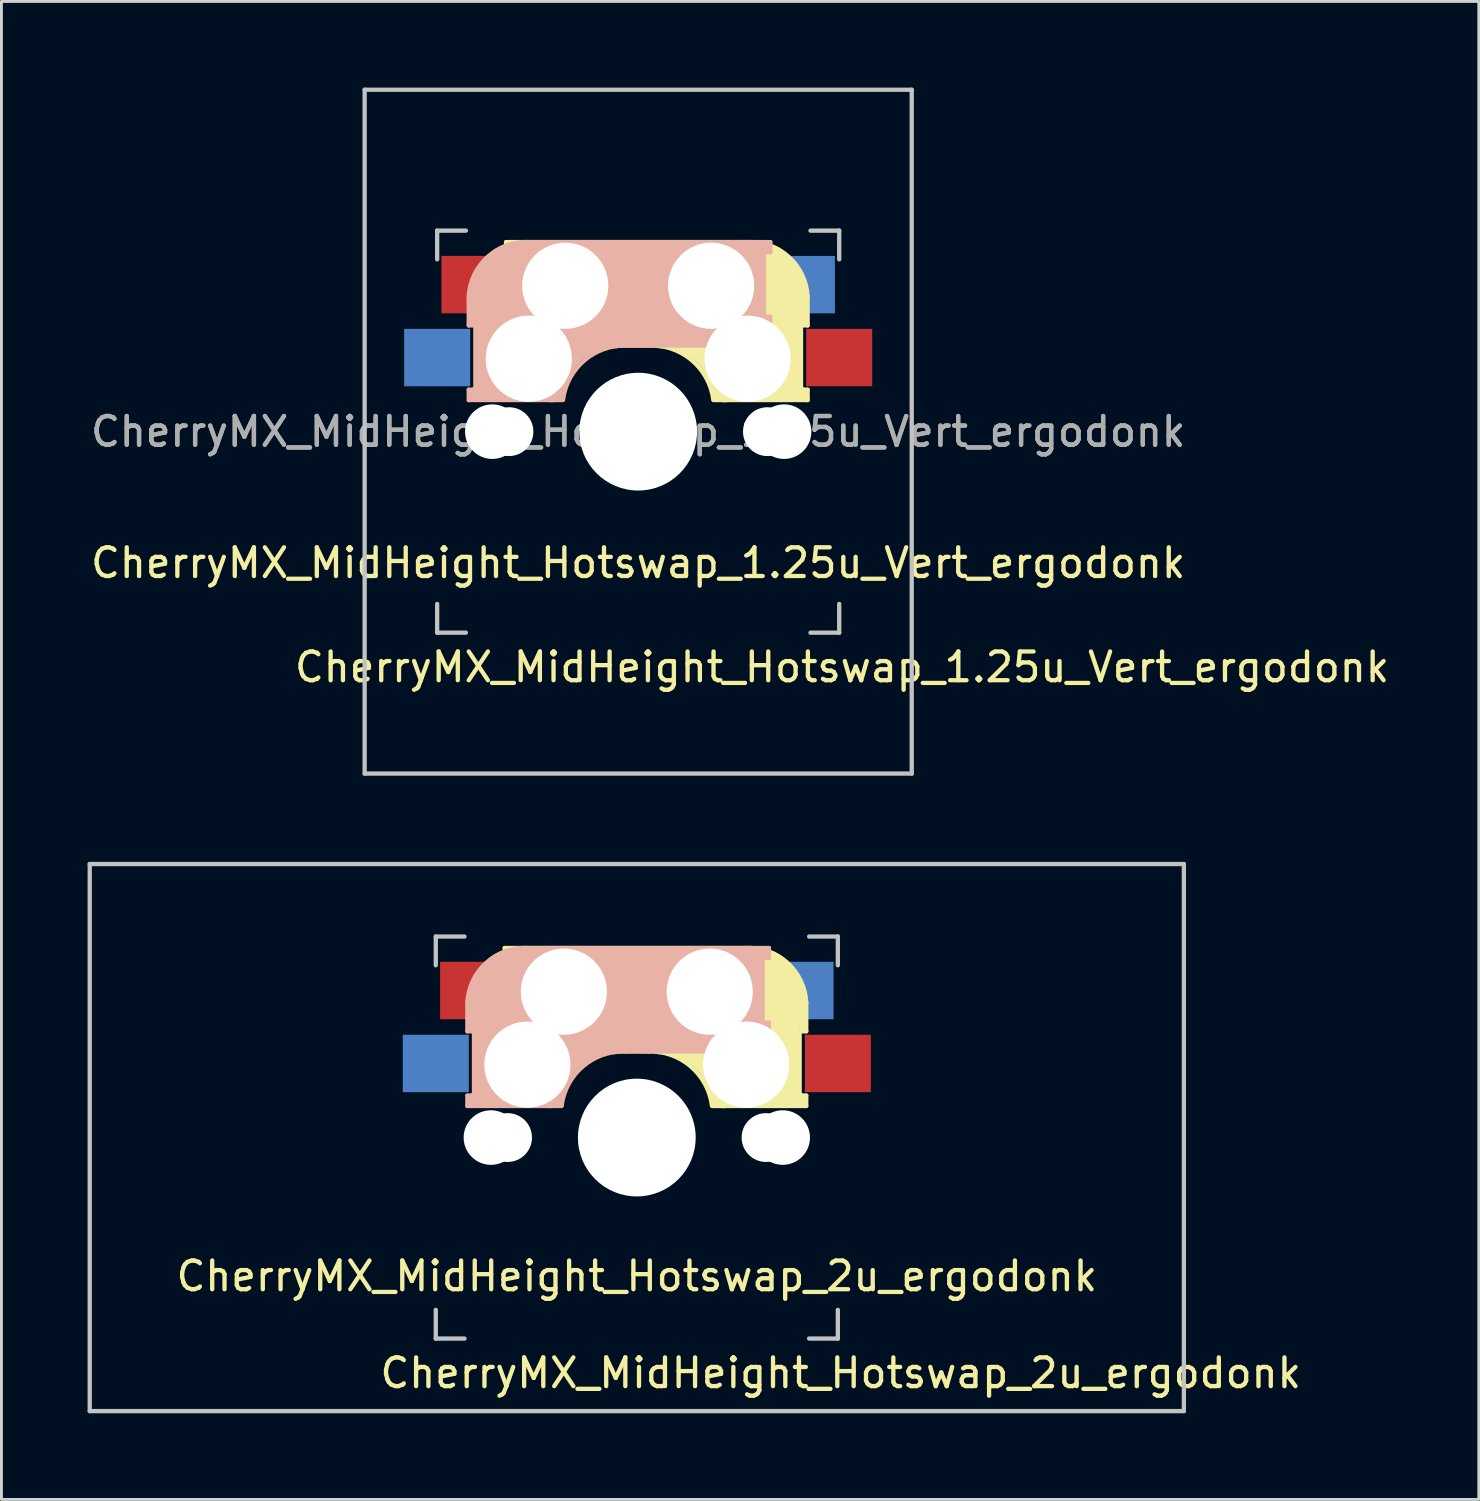
<source format=kicad_pcb>
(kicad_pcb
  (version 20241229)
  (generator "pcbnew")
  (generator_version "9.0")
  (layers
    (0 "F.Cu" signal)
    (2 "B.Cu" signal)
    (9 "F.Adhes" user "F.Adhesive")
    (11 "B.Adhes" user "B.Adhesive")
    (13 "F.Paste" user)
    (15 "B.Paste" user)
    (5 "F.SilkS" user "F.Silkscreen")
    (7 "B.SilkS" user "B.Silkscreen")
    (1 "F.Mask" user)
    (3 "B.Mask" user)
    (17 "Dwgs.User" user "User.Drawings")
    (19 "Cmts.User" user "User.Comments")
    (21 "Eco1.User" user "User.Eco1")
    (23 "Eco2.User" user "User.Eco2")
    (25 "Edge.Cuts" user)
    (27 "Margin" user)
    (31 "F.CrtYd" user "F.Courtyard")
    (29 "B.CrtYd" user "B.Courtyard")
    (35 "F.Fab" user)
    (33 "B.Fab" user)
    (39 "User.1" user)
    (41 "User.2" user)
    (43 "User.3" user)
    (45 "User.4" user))
  (footprint "CherryMX_MidHeight_Hotswap_1.25u_Vert_ergodonk"
    (layer "F.Cu")
    (at 19.173 11.981)
    (property "Reference" "CherryMX_MidHeight_Hotswap_1.25u_Vert_ergodonk" (at 7.1 8.2 0) (layer "F.SilkS") (effects (font (size 1 1) (thickness 0.15))))
    (attr through_hole)
    (fp_line (start -4.6 -6.6) (end 3.8 -6.6) (stroke (width 0.15) (type solid)) (layer "F.SilkS"))
    (fp_line (start -4.6 -6.25) (end -4.6 -6.6) (stroke (width 0.15) (type solid)) (layer "F.SilkS"))
    (fp_line (start -4.6 -4) (end -4.4 -4) (stroke (width 0.15) (type solid)) (layer "F.SilkS"))
    (fp_line (start -4.6 -3) (end -4.6 -4) (stroke (width 0.15) (type solid)) (layer "F.SilkS"))
    (fp_line (start -4.4 -6.4) (end -3 -6.4) (stroke (width 0.4) (type solid)) (layer "F.SilkS"))
    (fp_line (start -4.4 -6.25) (end -4.6 -6.25) (stroke (width 0.15) (type solid)) (layer "F.SilkS"))
    (fp_line (start -4.4 -3.9) (end -4.4 -3.2) (stroke (width 0.4) (type solid)) (layer "F.SilkS"))
    (fp_line (start -4.38 -4) (end -4.38 -6.25) (stroke (width 0.15) (type solid)) (layer "F.SilkS"))
    (fp_line (start -4.3 -3.3) (end -2.9 -3.3) (stroke (width 0.5) (type solid)) (layer "F.SilkS"))
    (fp_line (start -3.9 -6) (end -3.9 -3.5) (stroke (width 1) (type solid)) (layer "F.SilkS"))
    (fp_line (start -2.6 -4.8) (end 4.1 -4.8) (stroke (width 3.5) (type solid)) (layer "F.SilkS"))
    (fp_line (start 0.4 -3) (end -4.6 -3) (stroke (width 0.15) (type solid)) (layer "F.SilkS"))
    (fp_line (start 4.17 -5.1) (end 4.17 -2.86) (stroke (width 3) (type solid)) (layer "F.SilkS"))
    (fp_line (start 5.3 -1.6) (end 5.3 -3.4) (stroke (width 0.8) (type solid)) (layer "F.SilkS"))
    (fp_line (start 5.67 -3.7) (end 5.67 -1.46) (stroke (width 0.15) (type solid)) (layer "F.SilkS"))
    (fp_line (start 5.7 -1.46) (end 5.9 -1.46) (stroke (width 0.15) (type solid)) (layer "F.SilkS"))
    (fp_line (start 5.7 -1.3) (end 3 -1.3) (stroke (width 0.5) (type solid)) (layer "F.SilkS"))
    (fp_line (start 5.8 -3.8) (end 5.8 -4.7) (stroke (width 0.3) (type solid)) (layer "F.SilkS"))
    (fp_line (start 5.9 -4.7) (end 5.9 -3.7) (stroke (width 0.15) (type solid)) (layer "F.SilkS"))
    (fp_line (start 5.9 -3.7) (end 5.7 -3.7) (stroke (width 0.15) (type solid)) (layer "F.SilkS"))
    (fp_line (start 5.9 -1.1) (end 2.62 -1.1) (stroke (width 0.15) (type solid)) (layer "F.SilkS"))
    (fp_line (start 5.9 -1.1) (end 5.9 -1.46) (stroke (width 0.15) (type solid)) (layer "F.SilkS"))
    (fp_arc (start 0.4 -3) (mid 1.868709 -2.486118) (end 2.616318 -1.121471) (stroke (width 0.15) (type solid)) (layer "F.SilkS"))
    (fp_arc (start 0.8 -3.4) (mid 2.268709 -2.886118) (end 3.016318 -1.521471) (stroke (width 1) (type solid)) (layer "F.SilkS"))
    (fp_arc (start 3.8 -6.600001) (mid 5.243504 -6.084925) (end 5.900001 -4.7) (stroke (width 0.15) (type solid)) (layer "F.SilkS"))
    (fp_line (start -5.9 -4.7) (end -5.9 -3.7) (stroke (width 0.15) (type solid)) (layer "B.SilkS"))
    (fp_line (start -5.9 -3.7) (end -5.7 -3.7) (stroke (width 0.15) (type solid)) (layer "B.SilkS"))
    (fp_line (start -5.9 -1.1) (end -5.9 -1.46) (stroke (width 0.15) (type solid)) (layer "B.SilkS"))
    (fp_line (start -5.9 -1.1) (end -2.62 -1.1) (stroke (width 0.15) (type solid)) (layer "B.SilkS"))
    (fp_line (start -5.8 -3.8) (end -5.8 -4.7) (stroke (width 0.3) (type solid)) (layer "B.SilkS"))
    (fp_line (start -5.7 -1.46) (end -5.9 -1.46) (stroke (width 0.15) (type solid)) (layer "B.SilkS"))
    (fp_line (start -5.7 -1.3) (end -3 -1.3) (stroke (width 0.5) (type solid)) (layer "B.SilkS"))
    (fp_line (start -5.67 -3.7) (end -5.67 -1.46) (stroke (width 0.15) (type solid)) (layer "B.SilkS"))
    (fp_line (start -5.3 -1.6) (end -5.3 -3.4) (stroke (width 0.8) (type solid)) (layer "B.SilkS"))
    (fp_line (start -4.17 -5.1) (end -4.17 -2.86) (stroke (width 3) (type solid)) (layer "B.SilkS"))
    (fp_line (start -0.4 -3) (end 4.6 -3) (stroke (width 0.15) (type solid)) (layer "B.SilkS"))
    (fp_line (start 2.6 -4.8) (end -4.1 -4.8) (stroke (width 3.5) (type solid)) (layer "B.SilkS"))
    (fp_line (start 3.9 -6) (end 3.9 -3.5) (stroke (width 1) (type solid)) (layer "B.SilkS"))
    (fp_line (start 4.3 -3.3) (end 2.9 -3.3) (stroke (width 0.5) (type solid)) (layer "B.SilkS"))
    (fp_line (start 4.38 -4) (end 4.38 -6.25) (stroke (width 0.15) (type solid)) (layer "B.SilkS"))
    (fp_line (start 4.4 -6.4) (end 3 -6.4) (stroke (width 0.4) (type solid)) (layer "B.SilkS"))
    (fp_line (start 4.4 -6.25) (end 4.6 -6.25) (stroke (width 0.15) (type solid)) (layer "B.SilkS"))
    (fp_line (start 4.4 -3.9) (end 4.4 -3.2) (stroke (width 0.4) (type solid)) (layer "B.SilkS"))
    (fp_line (start 4.6 -6.6) (end -3.8 -6.6) (stroke (width 0.15) (type solid)) (layer "B.SilkS"))
    (fp_line (start 4.6 -6.25) (end 4.6 -6.6) (stroke (width 0.15) (type solid)) (layer "B.SilkS"))
    (fp_line (start 4.6 -4) (end 4.4 -4) (stroke (width 0.15) (type solid)) (layer "B.SilkS"))
    (fp_line (start 4.6 -3) (end 4.6 -4) (stroke (width 0.15) (type solid)) (layer "B.SilkS"))
    (fp_arc (start -5.9 -4.699999) (mid -5.243504 -6.084924) (end -3.800001 -6.6) (stroke (width 0.15) (type solid)) (layer "B.SilkS"))
    (fp_arc (start -3.016318 -1.521471) (mid -2.268709 -2.886118) (end -0.8 -3.4) (stroke (width 1) (type solid)) (layer "B.SilkS"))
    (fp_arc (start -2.616318 -1.121471) (mid -1.868709 -2.486118) (end -0.4 -3) (stroke (width 0.15) (type solid)) (layer "B.SilkS"))
    (fp_line (start -9.525 -11.906) (end 9.525 -11.906) (stroke (width 0.15) (type solid)) (layer "Dwgs.User"))
    (fp_line (start -9.525 11.906) (end -9.525 -11.906) (stroke (width 0.15) (type solid)) (layer "Dwgs.User"))
    (fp_line (start -7 -7) (end -6 -7) (stroke (width 0.15) (type solid)) (layer "Dwgs.User"))
    (fp_line (start -7 -6) (end -7 -7) (stroke (width 0.15) (type solid)) (layer "Dwgs.User"))
    (fp_line (start -7 6) (end -7 7) (stroke (width 0.15) (type solid)) (layer "Dwgs.User"))
    (fp_line (start -7 7) (end -6 7) (stroke (width 0.15) (type solid)) (layer "Dwgs.User"))
    (fp_line (start 6 7) (end 7 7) (stroke (width 0.15) (type solid)) (layer "Dwgs.User"))
    (fp_line (start 7 -7) (end 6 -7) (stroke (width 0.15) (type solid)) (layer "Dwgs.User"))
    (fp_line (start 7 -7) (end 7 -6) (stroke (width 0.15) (type solid)) (layer "Dwgs.User"))
    (fp_line (start 7 7) (end 7 6) (stroke (width 0.15) (type solid)) (layer "Dwgs.User"))
    (fp_line (start 9.525 -11.906) (end 9.525 11.906) (stroke (width 0.15) (type solid)) (layer "Dwgs.User"))
    (fp_line (start 9.525 11.906) (end -9.525 11.906) (stroke (width 0.15) (type solid)) (layer "Dwgs.User"))
    (fp_text user "${REFERENCE}" (at 0 4.572 0) (layer "F.SilkS") (effects (font (size 1 1) (thickness 0.15))))
    (fp_text user "${REFERENCE}" (at 0 0 0) (layer "F.Fab") (effects (font (size 1 1) (thickness 0.15))))
    (fp_text user "${REFERENCE}" (at 0 0 0) (layer "F.Fab") (effects (font (size 1 1) (thickness 0.15))))
    (pad "" np_thru_hole circle (at -5.08 0) (size 1.9 1.9) (drill 1.9) (layers "*.Cu" "*.Mask"))
    (pad "" np_thru_hole circle (at -4.5 0) (size 1.7 1.7) (drill 1.7) (layers "*.Cu" "*.Mask"))
    (pad "" np_thru_hole circle (at -3.81 -2.54 180) (size 3 3) (drill 3) (layers "*.Cu" "*.Mask"))
    (pad "" np_thru_hole circle (at -2.54 -5.08 180) (size 3 3) (drill 3) (layers "*.Cu" "*.Mask"))
    (pad "" np_thru_hole circle (at 0 0 90) (size 4.1 4.1) (drill 4.1) (layers "*.Cu" "*.Mask"))
    (pad "" np_thru_hole circle (at 2.54 -5.08 180) (size 3 3) (drill 3) (layers "*.Cu" "*.Mask"))
    (pad "" np_thru_hole circle (at 3.81 -2.54 180) (size 3 3) (drill 3) (layers "*.Cu" "*.Mask"))
    (pad "" np_thru_hole circle (at 4.5 0) (size 1.7 1.7) (drill 1.7) (layers "*.Cu" "*.Mask"))
    (pad "" np_thru_hole circle (at 5.08 0) (size 1.9 1.9) (drill 1.9) (layers "*.Cu" "*.Mask"))
    (pad "1" smd rect (at -7 -2.58 180) (size 2.3 2) (layers "B.Cu" "B.Mask" "B.Paste"))
    (pad "1" smd rect (at 7 -2.58 180) (size 2.3 2) (layers "F.Cu" "F.Mask" "F.Paste"))
    (pad "2" smd rect (at -5.7 -5.12 180) (size 2.3 2) (layers "F.Cu" "F.Mask" "F.Paste"))
    (pad "2" smd rect (at 5.7 -5.12 180) (size 2.3 2) (layers "B.Cu" "B.Mask" "B.Paste")))
  (footprint "CherryMX_MidHeight_Hotswap_2u_ergodonk"
    (layer "F.Cu")
    (at 19.125 36.562)
    (property "Reference" "CherryMX_MidHeight_Hotswap_2u_ergodonk" (at 7.1 8.2 0) (layer "F.SilkS") (effects (font (size 1 1) (thickness 0.15))))
    (attr through_hole)
    (fp_line (start -4.6 -6.6) (end 3.8 -6.6) (stroke (width 0.15) (type solid)) (layer "F.SilkS"))
    (fp_line (start -4.6 -6.25) (end -4.6 -6.6) (stroke (width 0.15) (type solid)) (layer "F.SilkS"))
    (fp_line (start -4.6 -4) (end -4.4 -4) (stroke (width 0.15) (type solid)) (layer "F.SilkS"))
    (fp_line (start -4.6 -3) (end -4.6 -4) (stroke (width 0.15) (type solid)) (layer "F.SilkS"))
    (fp_line (start -4.4 -6.4) (end -3 -6.4) (stroke (width 0.4) (type solid)) (layer "F.SilkS"))
    (fp_line (start -4.4 -6.25) (end -4.6 -6.25) (stroke (width 0.15) (type solid)) (layer "F.SilkS"))
    (fp_line (start -4.4 -3.9) (end -4.4 -3.2) (stroke (width 0.4) (type solid)) (layer "F.SilkS"))
    (fp_line (start -4.38 -4) (end -4.38 -6.25) (stroke (width 0.15) (type solid)) (layer "F.SilkS"))
    (fp_line (start -4.3 -3.3) (end -2.9 -3.3) (stroke (width 0.5) (type solid)) (layer "F.SilkS"))
    (fp_line (start -3.9 -6) (end -3.9 -3.5) (stroke (width 1) (type solid)) (layer "F.SilkS"))
    (fp_line (start -2.6 -4.8) (end 4.1 -4.8) (stroke (width 3.5) (type solid)) (layer "F.SilkS"))
    (fp_line (start 0.4 -3) (end -4.6 -3) (stroke (width 0.15) (type solid)) (layer "F.SilkS"))
    (fp_line (start 4.17 -5.1) (end 4.17 -2.86) (stroke (width 3) (type solid)) (layer "F.SilkS"))
    (fp_line (start 5.3 -1.6) (end 5.3 -3.4) (stroke (width 0.8) (type solid)) (layer "F.SilkS"))
    (fp_line (start 5.67 -3.7) (end 5.67 -1.46) (stroke (width 0.15) (type solid)) (layer "F.SilkS"))
    (fp_line (start 5.7 -1.46) (end 5.9 -1.46) (stroke (width 0.15) (type solid)) (layer "F.SilkS"))
    (fp_line (start 5.7 -1.3) (end 3 -1.3) (stroke (width 0.5) (type solid)) (layer "F.SilkS"))
    (fp_line (start 5.8 -3.8) (end 5.8 -4.7) (stroke (width 0.3) (type solid)) (layer "F.SilkS"))
    (fp_line (start 5.9 -4.7) (end 5.9 -3.7) (stroke (width 0.15) (type solid)) (layer "F.SilkS"))
    (fp_line (start 5.9 -3.7) (end 5.7 -3.7) (stroke (width 0.15) (type solid)) (layer "F.SilkS"))
    (fp_line (start 5.9 -1.1) (end 2.62 -1.1) (stroke (width 0.15) (type solid)) (layer "F.SilkS"))
    (fp_line (start 5.9 -1.1) (end 5.9 -1.46) (stroke (width 0.15) (type solid)) (layer "F.SilkS"))
    (fp_arc (start 0.4 -3) (mid 1.868709 -2.486118) (end 2.616318 -1.121471) (stroke (width 0.15) (type solid)) (layer "F.SilkS"))
    (fp_arc (start 0.8 -3.4) (mid 2.268709 -2.886118) (end 3.016318 -1.521471) (stroke (width 1) (type solid)) (layer "F.SilkS"))
    (fp_arc (start 3.8 -6.600001) (mid 5.243504 -6.084925) (end 5.900001 -4.7) (stroke (width 0.15) (type solid)) (layer "F.SilkS"))
    (fp_line (start -5.9 -4.7) (end -5.9 -3.7) (stroke (width 0.15) (type solid)) (layer "B.SilkS"))
    (fp_line (start -5.9 -3.7) (end -5.7 -3.7) (stroke (width 0.15) (type solid)) (layer "B.SilkS"))
    (fp_line (start -5.9 -1.1) (end -5.9 -1.46) (stroke (width 0.15) (type solid)) (layer "B.SilkS"))
    (fp_line (start -5.9 -1.1) (end -2.62 -1.1) (stroke (width 0.15) (type solid)) (layer "B.SilkS"))
    (fp_line (start -5.8 -3.8) (end -5.8 -4.7) (stroke (width 0.3) (type solid)) (layer "B.SilkS"))
    (fp_line (start -5.7 -1.46) (end -5.9 -1.46) (stroke (width 0.15) (type solid)) (layer "B.SilkS"))
    (fp_line (start -5.7 -1.3) (end -3 -1.3) (stroke (width 0.5) (type solid)) (layer "B.SilkS"))
    (fp_line (start -5.67 -3.7) (end -5.67 -1.46) (stroke (width 0.15) (type solid)) (layer "B.SilkS"))
    (fp_line (start -5.3 -1.6) (end -5.3 -3.4) (stroke (width 0.8) (type solid)) (layer "B.SilkS"))
    (fp_line (start -4.17 -5.1) (end -4.17 -2.86) (stroke (width 3) (type solid)) (layer "B.SilkS"))
    (fp_line (start -0.4 -3) (end 4.6 -3) (stroke (width 0.15) (type solid)) (layer "B.SilkS"))
    (fp_line (start 2.6 -4.8) (end -4.1 -4.8) (stroke (width 3.5) (type solid)) (layer "B.SilkS"))
    (fp_line (start 3.9 -6) (end 3.9 -3.5) (stroke (width 1) (type solid)) (layer "B.SilkS"))
    (fp_line (start 4.3 -3.3) (end 2.9 -3.3) (stroke (width 0.5) (type solid)) (layer "B.SilkS"))
    (fp_line (start 4.38 -4) (end 4.38 -6.25) (stroke (width 0.15) (type solid)) (layer "B.SilkS"))
    (fp_line (start 4.4 -6.4) (end 3 -6.4) (stroke (width 0.4) (type solid)) (layer "B.SilkS"))
    (fp_line (start 4.4 -6.25) (end 4.6 -6.25) (stroke (width 0.15) (type solid)) (layer "B.SilkS"))
    (fp_line (start 4.4 -3.9) (end 4.4 -3.2) (stroke (width 0.4) (type solid)) (layer "B.SilkS"))
    (fp_line (start 4.6 -6.6) (end -3.8 -6.6) (stroke (width 0.15) (type solid)) (layer "B.SilkS"))
    (fp_line (start 4.6 -6.25) (end 4.6 -6.6) (stroke (width 0.15) (type solid)) (layer "B.SilkS"))
    (fp_line (start 4.6 -4) (end 4.4 -4) (stroke (width 0.15) (type solid)) (layer "B.SilkS"))
    (fp_line (start 4.6 -3) (end 4.6 -4) (stroke (width 0.15) (type solid)) (layer "B.SilkS"))
    (fp_arc (start -5.9 -4.699999) (mid -5.243504 -6.084924) (end -3.800001 -6.6) (stroke (width 0.15) (type solid)) (layer "B.SilkS"))
    (fp_arc (start -3.016318 -1.521471) (mid -2.268709 -2.886118) (end -0.8 -3.4) (stroke (width 1) (type solid)) (layer "B.SilkS"))
    (fp_arc (start -2.616318 -1.121471) (mid -1.868709 -2.486118) (end -0.4 -3) (stroke (width 0.15) (type solid)) (layer "B.SilkS"))
    (fp_line (start -19.05 -9.525) (end 19.05 -9.525) (stroke (width 0.15) (type solid)) (layer "Dwgs.User"))
    (fp_line (start -19.05 9.525) (end -19.05 -9.525) (stroke (width 0.15) (type solid)) (layer "Dwgs.User"))
    (fp_line (start -7 -7) (end -6 -7) (stroke (width 0.15) (type solid)) (layer "Dwgs.User"))
    (fp_line (start -7 -6) (end -7 -7) (stroke (width 0.15) (type solid)) (layer "Dwgs.User"))
    (fp_line (start -7 6) (end -7 7) (stroke (width 0.15) (type solid)) (layer "Dwgs.User"))
    (fp_line (start -7 7) (end -6 7) (stroke (width 0.15) (type solid)) (layer "Dwgs.User"))
    (fp_line (start 6 7) (end 7 7) (stroke (width 0.15) (type solid)) (layer "Dwgs.User"))
    (fp_line (start 7 -7) (end 6 -7) (stroke (width 0.15) (type solid)) (layer "Dwgs.User"))
    (fp_line (start 7 -7) (end 7 -6) (stroke (width 0.15) (type solid)) (layer "Dwgs.User"))
    (fp_line (start 7 7) (end 7 6) (stroke (width 0.15) (type solid)) (layer "Dwgs.User"))
    (fp_line (start 19.05 -9.525) (end 19.05 9.525) (stroke (width 0.15) (type solid)) (layer "Dwgs.User"))
    (fp_line (start 19.05 9.525) (end -19.05 9.525) (stroke (width 0.15) (type solid)) (layer "Dwgs.User"))
    (fp_text user "${REFERENCE}" (at 0 4.826 0) (unlocked yes) (layer "F.SilkS") (effects (font (size 1 1) (thickness 0.15))))
    (pad "" np_thru_hole circle (at -5.08 0) (size 1.9 1.9) (drill 1.9) (layers "*.Cu" "*.Mask"))
    (pad "" np_thru_hole circle (at -4.5 0) (size 1.7 1.7) (drill 1.7) (layers "*.Cu" "*.Mask"))
    (pad "" np_thru_hole circle (at -3.81 -2.54 180) (size 3 3) (drill 3) (layers "*.Cu" "*.Mask"))
    (pad "" np_thru_hole circle (at -2.54 -5.08 180) (size 3 3) (drill 3) (layers "*.Cu" "*.Mask"))
    (pad "" np_thru_hole circle (at 0 0 90) (size 4.1 4.1) (drill 4.1) (layers "*.Cu" "*.Mask"))
    (pad "" np_thru_hole circle (at 2.54 -5.08 180) (size 3 3) (drill 3) (layers "*.Cu" "*.Mask"))
    (pad "" np_thru_hole circle (at 3.81 -2.54 180) (size 3 3) (drill 3) (layers "*.Cu" "*.Mask"))
    (pad "" np_thru_hole circle (at 4.5 0) (size 1.7 1.7) (drill 1.7) (layers "*.Cu" "*.Mask"))
    (pad "" np_thru_hole circle (at 5.08 0) (size 1.9 1.9) (drill 1.9) (layers "*.Cu" "*.Mask"))
    (pad "1" smd rect (at -7 -2.58 180) (size 2.3 2) (layers "B.Cu" "B.Mask" "B.Paste"))
    (pad "1" smd rect (at 7 -2.58 180) (size 2.3 2) (layers "F.Cu" "F.Mask" "F.Paste"))
    (pad "2" smd rect (at -5.7 -5.12 180) (size 2.3 2) (layers "F.Cu" "F.Mask" "F.Paste"))
    (pad "2" smd rect (at 5.7 -5.12 180) (size 2.3 2) (layers "B.Cu" "B.Mask" "B.Paste")))
  (gr_rect
    (start -3 -3)
    (end 48.445 49.163)
    (stroke (width 0.1) (type default))
    (fill no)
    (layer "Edge.Cuts")))
</source>
